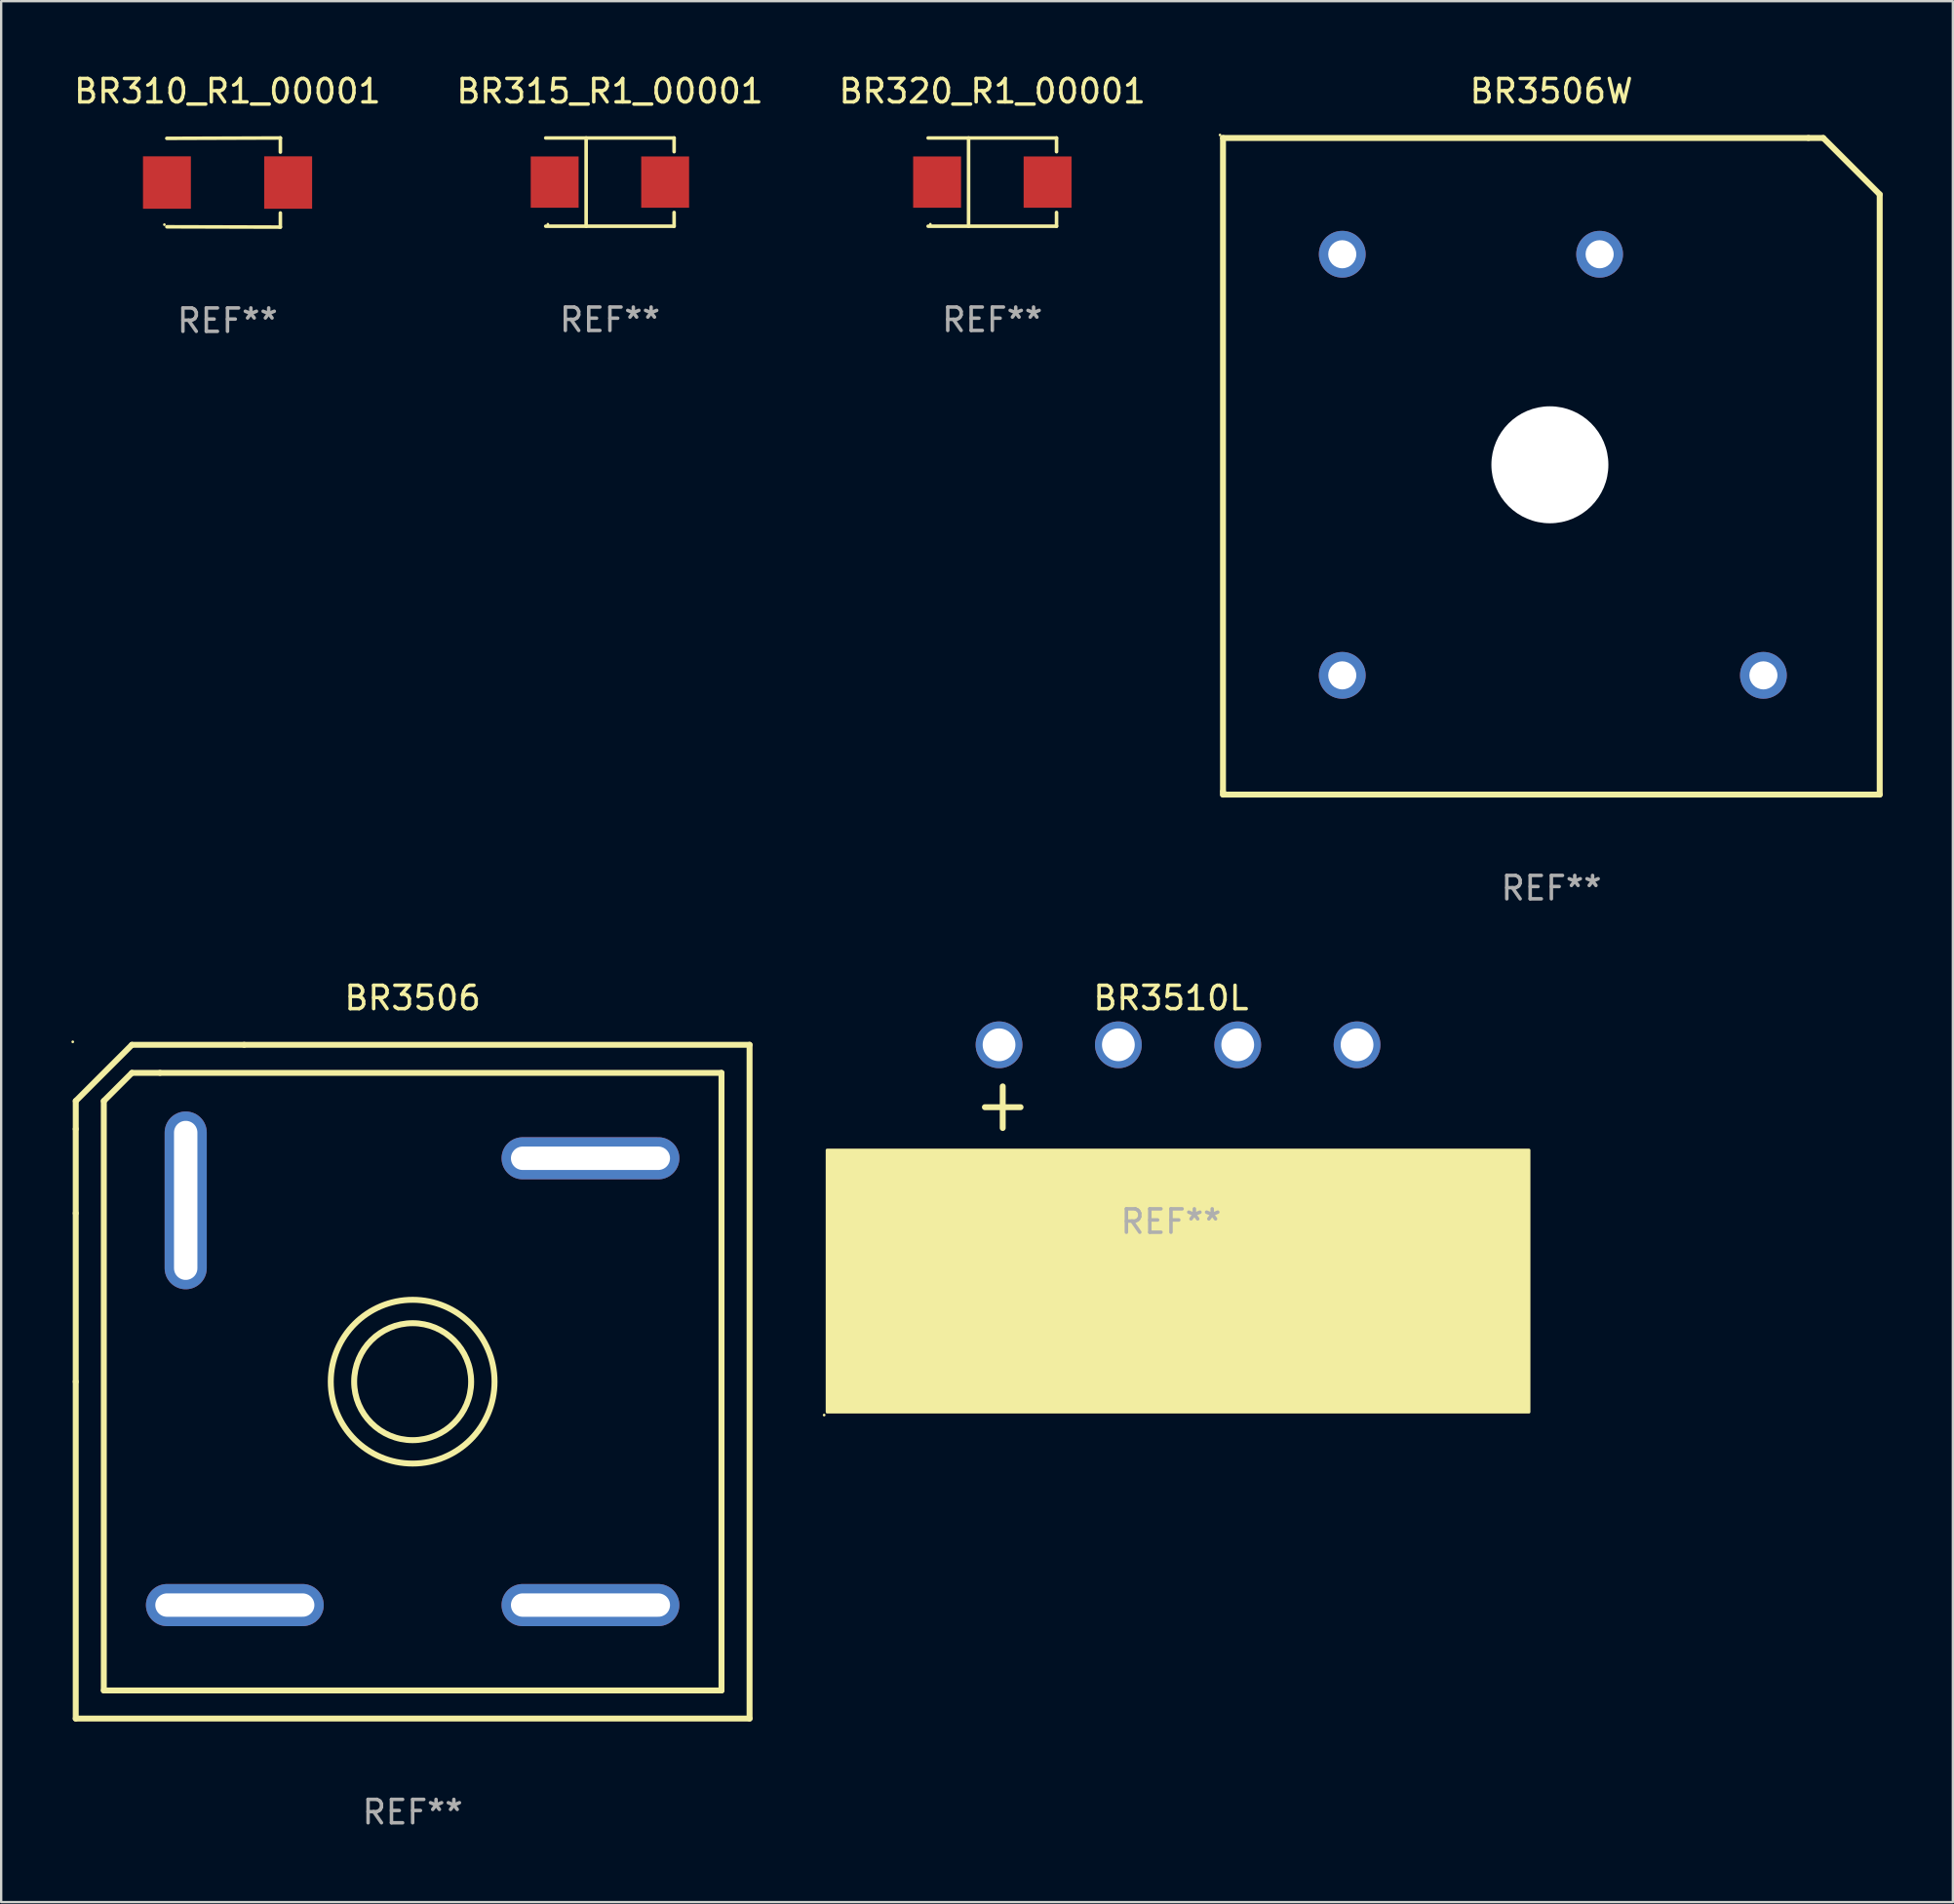
<source format=kicad_pcb>
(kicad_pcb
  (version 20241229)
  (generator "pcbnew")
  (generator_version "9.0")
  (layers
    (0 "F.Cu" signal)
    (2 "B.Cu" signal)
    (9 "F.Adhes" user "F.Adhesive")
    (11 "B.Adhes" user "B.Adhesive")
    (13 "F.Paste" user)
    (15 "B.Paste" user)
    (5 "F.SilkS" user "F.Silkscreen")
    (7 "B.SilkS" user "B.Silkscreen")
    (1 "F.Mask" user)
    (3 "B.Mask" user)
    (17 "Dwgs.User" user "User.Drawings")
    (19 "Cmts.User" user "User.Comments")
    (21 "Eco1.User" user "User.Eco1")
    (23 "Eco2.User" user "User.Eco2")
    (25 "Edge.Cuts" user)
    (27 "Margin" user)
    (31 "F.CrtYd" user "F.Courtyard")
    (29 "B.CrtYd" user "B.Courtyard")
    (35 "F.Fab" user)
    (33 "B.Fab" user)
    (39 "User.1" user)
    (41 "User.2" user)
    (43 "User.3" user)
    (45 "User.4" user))
  (footprint "BR3506"
    (layer "F.Cu")
    (at 14.587 56.012)
    (property "Reference" "BR3506" (at 0 -16.4 0) (layer "F.SilkS") (effects (font (size 1 1) (thickness 0.15))))
    (attr through_hole)
    (fp_line (start -14.4 -10.8) (end -14.4 -7.2) (stroke (width 0.254) (type solid)) (layer "F.SilkS"))
    (fp_line (start -14.4 0) (end -14.4 -7.2) (stroke (width 0.254) (type solid)) (layer "F.SilkS"))
    (fp_line (start -14.4 14.4) (end -14.4 0) (stroke (width 0.254) (type solid)) (layer "F.SilkS"))
    (fp_line (start -14.399 -11.999) (end -14.399 -10.8) (stroke (width 0.254) (type solid)) (layer "F.SilkS"))
    (fp_line (start -13.2 -11.999) (end -11.999 -13.2) (stroke (width 0.254) (type solid)) (layer "F.SilkS"))
    (fp_line (start -13.2 13.2) (end -13.2 -11.999) (stroke (width 0.254) (type solid)) (layer "F.SilkS"))
    (fp_line (start -11.999 -14.399) (end -14.399 -11.999) (stroke (width 0.254) (type solid)) (layer "F.SilkS"))
    (fp_line (start -11.999 -13.2) (end -10.8 -13.2) (stroke (width 0.254) (type solid)) (layer "F.SilkS"))
    (fp_line (start -10.8 -13.2) (end 13.2 -13.2) (stroke (width 0.254) (type solid)) (layer "F.SilkS"))
    (fp_line (start -7.201 -14.399) (end -11.999 -14.399) (stroke (width 0.254) (type solid)) (layer "F.SilkS"))
    (fp_line (start 13.2 -13.2) (end 13.2 13.2) (stroke (width 0.254) (type solid)) (layer "F.SilkS"))
    (fp_line (start 13.2 13.2) (end -13.2 13.2) (stroke (width 0.254) (type solid)) (layer "F.SilkS"))
    (fp_line (start 14.4 -14.4) (end -7.2 -14.4) (stroke (width 0.254) (type solid)) (layer "F.SilkS"))
    (fp_line (start 14.4 -14.4) (end 14.4 14.4) (stroke (width 0.254) (type solid)) (layer "F.SilkS"))
    (fp_line (start 14.4 14.4) (end -14.4 14.4) (stroke (width 0.254) (type solid)) (layer "F.SilkS"))
    (fp_circle (center -14.527 -14.527) (end -14.497 -14.527) (stroke (width 0.06) (type solid)) (fill no) (layer "F.SilkS"))
    (fp_circle (center 0 0) (end 2.5 0) (stroke (width 0.254) (type solid)) (fill no) (layer "F.SilkS"))
    (fp_circle (center 0 0) (end 3.5 0) (stroke (width 0.254) (type solid)) (fill no) (layer "F.SilkS"))
    (fp_text user "REF**" (at 0 18.4 0) (layer "F.Fab") (effects (font (size 1 1) (thickness 0.15))))
    (pad "1" thru_hole oval (at -9.7 -7.75) (size 1.8 7.6) (drill oval 1 6.8) (layers "*.Cu" "*.Mask"))
    (pad "2" thru_hole oval (at -7.6 9.55 90) (size 1.8 7.6) (drill oval 1 6.8) (layers "*.Cu" "*.Mask"))
    (pad "3" thru_hole oval (at 7.6 9.55 90) (size 1.8 7.6) (drill oval 1 6.8) (layers "*.Cu" "*.Mask"))
    (pad "4" thru_hole oval (at 7.6 -9.55 90) (size 1.8 7.6) (drill oval 1 6.8) (layers "*.Cu" "*.Mask")))
  (footprint "BR320_R1_00001"
    (layer "F.Cu")
    (at 39.363 4.734)
    (property "Reference" "BR320_R1_00001" (at 0 -3.886 0) (layer "F.SilkS") (effects (font (size 1 1) (thickness 0.15))))
    (attr through_hole)
    (fp_line (start -2.744 -1.886) (end 2.744 -1.886) (stroke (width 0.152) (type solid)) (layer "F.SilkS"))
    (fp_line (start -2.744 1.886) (end 2.744 1.886) (stroke (width 0.152) (type solid)) (layer "F.SilkS"))
    (fp_line (start -1.016 -1.886) (end -1.016 1.886) (stroke (width 0.152) (type solid)) (layer "F.SilkS"))
    (fp_line (start 2.744 -1.886) (end 2.744 -1.299) (stroke (width 0.152) (type solid)) (layer "F.SilkS"))
    (fp_line (start 2.744 1.886) (end 2.744 1.299) (stroke (width 0.152) (type solid)) (layer "F.SilkS"))
    (fp_circle (center -2.65 1.8) (end -2.62 1.8) (stroke (width 0.06) (type solid)) (fill no) (layer "F.SilkS"))
    (fp_text user "REF**" (at 0 5.886 0) (layer "F.Fab") (effects (font (size 1 1) (thickness 0.15))))
    (pad "1" smd rect (at -2.361 0) (size 2.047 2.192) (layers "F.Cu" "F.Mask" "F.Paste"))
    (pad "2" smd rect (at 2.361 0) (size 2.047 2.192) (layers "F.Cu" "F.Mask" "F.Paste")))
  (footprint "BR3506W"
    (layer "F.Cu")
    (at 63.256 16.882)
    (property "Reference" "BR3506W" (at 0 -16.034 0) (layer "F.SilkS") (effects (font (size 1 1) (thickness 0.15))))
    (attr through_hole)
    (fp_line (start -14.034 -14.034) (end 10.986 -14.034) (stroke (width 0.254) (type solid)) (layer "F.SilkS"))
    (fp_line (start -14.034 13.907) (end -14.034 -14.034) (stroke (width 0.254) (type solid)) (layer "F.SilkS"))
    (fp_line (start -14.034 14.034) (end -14.034 13.907) (stroke (width 0.254) (type solid)) (layer "F.SilkS"))
    (fp_line (start 10.986 -14.034) (end 11.621 -14.034) (stroke (width 0.254) (type solid)) (layer "F.SilkS"))
    (fp_line (start 11.621 -14.034) (end 14.034 -11.621) (stroke (width 0.254) (type solid)) (layer "F.SilkS"))
    (fp_line (start 14.034 -11.621) (end 14.034 14.034) (stroke (width 0.254) (type solid)) (layer "F.SilkS"))
    (fp_line (start 14.034 14.034) (end -14.034 14.034) (stroke (width 0.254) (type solid)) (layer "F.SilkS"))
    (fp_circle (center -14.161 -14.161) (end -14.131 -14.161) (stroke (width 0.06) (type solid)) (fill no) (layer "F.SilkS"))
    (fp_text user "REF**" (at 0 18.034 0) (layer "F.Fab") (effects (font (size 1 1) (thickness 0.15))))
    (pad "" np_thru_hole circle (at -0.063 -0.064) (size 5 5) (drill 5) (layers "*.Cu" "*.Mask"))
    (pad "1" thru_hole circle (at -8.937 -9.064) (size 2 2) (drill 1.2) (layers "*.Cu" "*.Mask"))
    (pad "2" thru_hole circle (at 9.063 8.937) (size 2 2) (drill 1.2) (layers "*.Cu" "*.Mask"))
    (pad "3" thru_hole circle (at 2.063 -9.064) (size 2 2) (drill 1.2) (layers "*.Cu" "*.Mask"))
    (pad "4" thru_hole circle (at -8.937 8.937) (size 2 2) (drill 1.2) (layers "*.Cu" "*.Mask")))
  (footprint "BR315_R1_00001"
    (layer "F.Cu")
    (at 23.018 4.734)
    (property "Reference" "BR315_R1_00001" (at 0 -3.886 0) (layer "F.SilkS") (effects (font (size 1 1) (thickness 0.15))))
    (attr through_hole)
    (fp_line (start -2.744 -1.886) (end 2.744 -1.886) (stroke (width 0.152) (type solid)) (layer "F.SilkS"))
    (fp_line (start -2.744 1.886) (end 2.744 1.886) (stroke (width 0.152) (type solid)) (layer "F.SilkS"))
    (fp_line (start -1.016 -1.886) (end -1.016 1.886) (stroke (width 0.152) (type solid)) (layer "F.SilkS"))
    (fp_line (start 2.744 -1.886) (end 2.744 -1.299) (stroke (width 0.152) (type solid)) (layer "F.SilkS"))
    (fp_line (start 2.744 1.886) (end 2.744 1.299) (stroke (width 0.152) (type solid)) (layer "F.SilkS"))
    (fp_circle (center -2.65 1.8) (end -2.62 1.8) (stroke (width 0.06) (type solid)) (fill no) (layer "F.SilkS"))
    (fp_text user "REF**" (at 0 5.886 0) (layer "F.Fab") (effects (font (size 1 1) (thickness 0.15))))
    (pad "1" smd rect (at -2.361 0) (size 2.047 2.192) (layers "F.Cu" "F.Mask" "F.Paste"))
    (pad "2" smd rect (at 2.361 0) (size 2.047 2.192) (layers "F.Cu" "F.Mask" "F.Paste")))
  (footprint "BR3510L"
    (layer "F.Cu")
    (at 46.998 43.39)
    (property "Reference" "BR3510L" (at 0 -3.778 0) (layer "F.SilkS") (effects (font (size 1 1) (thickness 0.15))))
    (attr through_hole)
    (fp_line (start -7.953 0.889) (end -6.429 0.889) (stroke (width 0.254) (type solid)) (layer "F.SilkS"))
    (fp_line (start -7.191 0) (end -7.191 1.778) (stroke (width 0.254) (type solid)) (layer "F.SilkS"))
    (fp_circle (center -14.824 14.049) (end -14.794 14.049) (stroke (width 0.06) (type solid)) (fill no) (layer "F.SilkS"))
    (fp_poly (pts (xy -14.697 2.722) (xy 15.303 2.722) (xy 15.303 13.922) (xy -14.697 13.922)) (stroke (width 0.12) (type solid)) (fill yes) (layer "F.SilkS"))
    (fp_text user "REF**" (at 0 5.778 0) (layer "F.Fab") (effects (font (size 1 1) (thickness 0.15))))
    (pad "1" thru_hole circle (at -7.348 -1.778) (size 2 2) (drill 1.4) (layers "*.Cu" "*.Mask"))
    (pad "2" thru_hole circle (at -2.248 -1.778) (size 2 2) (drill 1.4) (layers "*.Cu" "*.Mask"))
    (pad "3" thru_hole circle (at 2.853 -1.778) (size 2 2) (drill 1.4) (layers "*.Cu" "*.Mask"))
    (pad "4" thru_hole circle (at 7.953 -1.778) (size 2 2) (drill 1.4) (layers "*.Cu" "*.Mask")))
  (footprint "BR310_R1_00001"
    (layer "F.Cu")
    (at 6.673 4.753)
    (property "Reference" "BR310_R1_00001" (at 0 -3.905 0) (layer "F.SilkS") (effects (font (size 1 1) (thickness 0.15))))
    (attr through_hole)
    (fp_line (start 2.256 -1.905) (end -2.594 -1.889) (stroke (width 0.152) (type solid)) (layer "F.SilkS"))
    (fp_line (start 2.256 -1.905) (end 2.26 -1.905) (stroke (width 0.152) (type solid)) (layer "F.SilkS"))
    (fp_line (start 2.26 -1.905) (end 2.26 -1.301) (stroke (width 0.152) (type solid)) (layer "F.SilkS"))
    (fp_line (start 2.26 1.301) (end 2.26 1.905) (stroke (width 0.152) (type solid)) (layer "F.SilkS"))
    (fp_line (start 2.26 1.905) (end -2.59 1.892) (stroke (width 0.152) (type solid)) (layer "F.SilkS"))
    (fp_circle (center -2.697 1.8) (end -2.667 1.8) (stroke (width 0.06) (type solid)) (fill no) (layer "F.SilkS"))
    (fp_text user "REF**" (at 0 5.905 0) (layer "F.Fab") (effects (font (size 1 1) (thickness 0.15))))
    (pad "1" smd rect (at -2.588 0) (size 2.047 2.241) (layers "F.Cu" "F.Mask" "F.Paste"))
    (pad "2" smd rect (at 2.594 0) (size 2.047 2.241) (layers "F.Cu" "F.Mask" "F.Paste")))
  (gr_rect
    (start -3 -3)
    (end 80.417 78.26)
    (stroke (width 0.1) (type default))
    (fill no)
    (layer "Edge.Cuts")))
</source>
